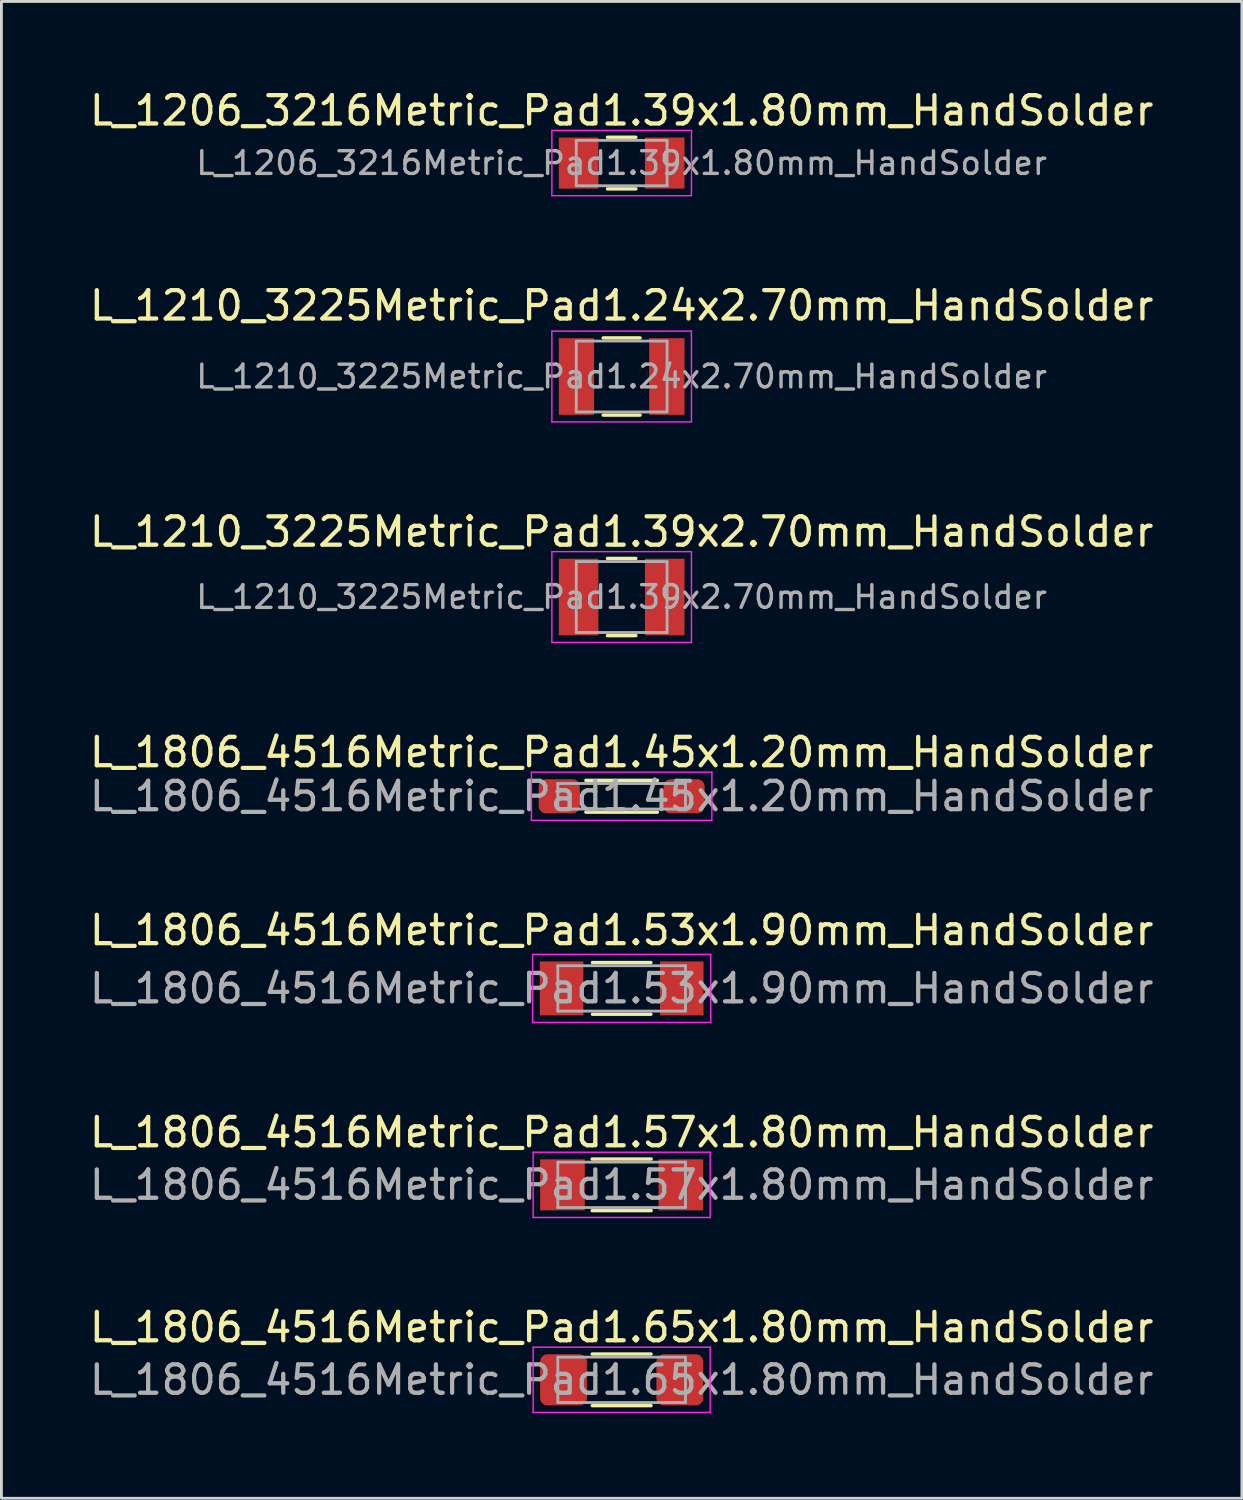
<source format=kicad_pcb>
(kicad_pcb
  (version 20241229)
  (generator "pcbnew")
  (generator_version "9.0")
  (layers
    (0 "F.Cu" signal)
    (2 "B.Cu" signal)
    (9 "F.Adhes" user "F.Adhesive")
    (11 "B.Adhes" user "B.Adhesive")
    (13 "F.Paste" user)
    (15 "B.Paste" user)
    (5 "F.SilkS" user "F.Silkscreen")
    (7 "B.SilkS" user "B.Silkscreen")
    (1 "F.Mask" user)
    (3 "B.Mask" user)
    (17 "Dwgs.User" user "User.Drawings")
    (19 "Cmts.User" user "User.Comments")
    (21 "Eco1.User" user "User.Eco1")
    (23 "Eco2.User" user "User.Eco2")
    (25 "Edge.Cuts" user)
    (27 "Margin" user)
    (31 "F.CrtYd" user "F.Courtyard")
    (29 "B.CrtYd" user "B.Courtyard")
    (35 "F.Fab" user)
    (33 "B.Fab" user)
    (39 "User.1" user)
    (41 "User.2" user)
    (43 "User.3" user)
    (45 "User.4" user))
  (footprint "L_1210_3225Metric_Pad1.24x2.70mm_HandSolder"
    (layer "F.Cu")
    (at 18.863 10.222)
    (property "Reference" "L_1210_3225Metric_Pad1.24x2.70mm_HandSolder" (at 0 -2.5 0) (layer "F.SilkS") (effects (font (size 1 1) (thickness 0.15))))
    (attr smd)
    (fp_line (start -0.65 -1.36) (end 0.65 -1.36) (stroke (width 0.12) (type solid)) (layer "F.SilkS"))
    (fp_line (start -0.65 1.36) (end 0.65 1.36) (stroke (width 0.12) (type solid)) (layer "F.SilkS"))
    (fp_line (start -2.46 -1.6) (end 2.46 -1.6) (stroke (width 0.05) (type solid)) (layer "F.CrtYd"))
    (fp_line (start -2.46 1.6) (end -2.46 -1.6) (stroke (width 0.05) (type solid)) (layer "F.CrtYd"))
    (fp_line (start 2.46 -1.6) (end 2.46 1.6) (stroke (width 0.05) (type solid)) (layer "F.CrtYd"))
    (fp_line (start 2.46 1.6) (end -2.46 1.6) (stroke (width 0.05) (type solid)) (layer "F.CrtYd"))
    (fp_line (start -1.6 -1.25) (end 1.6 -1.25) (stroke (width 0.1) (type solid)) (layer "F.Fab"))
    (fp_line (start -1.6 1.25) (end -1.6 -1.25) (stroke (width 0.1) (type solid)) (layer "F.Fab"))
    (fp_line (start 1.6 -1.25) (end 1.6 1.25) (stroke (width 0.1) (type solid)) (layer "F.Fab"))
    (fp_line (start 1.6 1.25) (end -1.6 1.25) (stroke (width 0.1) (type solid)) (layer "F.Fab"))
    (fp_text user "${REFERENCE}" (at 0 0 0) (layer "F.Fab") (effects (font (size 0.8 0.8) (thickness 0.12))))
    (pad "1" smd rect (at -1.593 0) (size 1.245 2.7) (layers "F.Cu" "F.Mask" "F.Paste"))
    (pad "2" smd rect (at 1.593 0) (size 1.245 2.7) (layers "F.Cu" "F.Mask" "F.Paste")))
  (footprint "L_1806_4516Metric_Pad1.45x1.20mm_HandSolder"
    (layer "F.Cu")
    (at 18.863 25.018)
    (property "Reference" "L_1806_4516Metric_Pad1.45x1.20mm_HandSolder" (at 0 -1.55 0) (layer "F.SilkS") (effects (font (size 1 1) (thickness 0.15))))
    (attr smd)
    (fp_line (start -1.26 -0.56) (end 1.26 -0.56) (stroke (width 0.12) (type solid)) (layer "F.SilkS"))
    (fp_line (start -1.26 0.56) (end 1.26 0.56) (stroke (width 0.12) (type solid)) (layer "F.SilkS"))
    (fp_line (start -3.18 -0.85) (end 3.18 -0.85) (stroke (width 0.05) (type solid)) (layer "F.CrtYd"))
    (fp_line (start -3.18 0.85) (end -3.18 -0.85) (stroke (width 0.05) (type solid)) (layer "F.CrtYd"))
    (fp_line (start 3.18 -0.85) (end 3.18 0.85) (stroke (width 0.05) (type solid)) (layer "F.CrtYd"))
    (fp_line (start 3.18 0.85) (end -3.18 0.85) (stroke (width 0.05) (type solid)) (layer "F.CrtYd"))
    (fp_line (start -2.25 -0.45) (end 2.25 -0.45) (stroke (width 0.1) (type solid)) (layer "F.Fab"))
    (fp_line (start -2.25 0.45) (end -2.25 -0.45) (stroke (width 0.1) (type solid)) (layer "F.Fab"))
    (fp_line (start 2.25 -0.45) (end 2.25 0.45) (stroke (width 0.1) (type solid)) (layer "F.Fab"))
    (fp_line (start 2.25 0.45) (end -2.25 0.45) (stroke (width 0.1) (type solid)) (layer "F.Fab"))
    (fp_text user "${REFERENCE}" (at 0 0 0) (layer "F.Fab") (effects (font (size 1 1) (thickness 0.15))))
    (pad "1" smd roundrect (at -2.2 0) (size 1.45 1.2) (layers "F.Cu" "F.Mask" "F.Paste") (roundrect_rratio 0.208))
    (pad "2" smd roundrect (at 2.2 0) (size 1.45 1.2) (layers "F.Cu" "F.Mask" "F.Paste") (roundrect_rratio 0.208)))
  (footprint "L_1806_4516Metric_Pad1.53x1.90mm_HandSolder"
    (layer "F.Cu")
    (at 18.863 31.791)
    (property "Reference" "L_1806_4516Metric_Pad1.53x1.90mm_HandSolder" (at 0 -2.05 0) (layer "F.SilkS") (effects (font (size 1 1) (thickness 0.15))))
    (attr smd)
    (fp_line (start -1.03 -0.91) (end 1.03 -0.91) (stroke (width 0.12) (type solid)) (layer "F.SilkS"))
    (fp_line (start -1.03 0.91) (end 1.03 0.91) (stroke (width 0.12) (type solid)) (layer "F.SilkS"))
    (fp_line (start -3.14 -1.2) (end 3.14 -1.2) (stroke (width 0.05) (type solid)) (layer "F.CrtYd"))
    (fp_line (start -3.14 1.2) (end -3.14 -1.2) (stroke (width 0.05) (type solid)) (layer "F.CrtYd"))
    (fp_line (start 3.14 -1.2) (end 3.14 1.2) (stroke (width 0.05) (type solid)) (layer "F.CrtYd"))
    (fp_line (start 3.14 1.2) (end -3.14 1.2) (stroke (width 0.05) (type solid)) (layer "F.CrtYd"))
    (fp_line (start -2.25 -0.8) (end 2.25 -0.8) (stroke (width 0.1) (type solid)) (layer "F.Fab"))
    (fp_line (start -2.25 0.8) (end -2.25 -0.8) (stroke (width 0.1) (type solid)) (layer "F.Fab"))
    (fp_line (start 2.25 -0.8) (end 2.25 0.8) (stroke (width 0.1) (type solid)) (layer "F.Fab"))
    (fp_line (start 2.25 0.8) (end -2.25 0.8) (stroke (width 0.1) (type solid)) (layer "F.Fab"))
    (fp_text user "${REFERENCE}" (at 0 0 0) (layer "F.Fab") (effects (font (size 1 1) (thickness 0.15))))
    (pad "1" smd rect (at -2.118 0) (size 1.535 1.9) (layers "F.Cu" "F.Mask" "F.Paste"))
    (pad "2" smd rect (at 2.118 0) (size 1.535 1.9) (layers "F.Cu" "F.Mask" "F.Paste")))
  (footprint "L_1806_4516Metric_Pad1.57x1.80mm_HandSolder"
    (layer "F.Cu")
    (at 18.863 38.715)
    (property "Reference" "L_1806_4516Metric_Pad1.57x1.80mm_HandSolder" (at 0 -1.85 0) (layer "F.SilkS") (effects (font (size 1 1) (thickness 0.15))))
    (attr smd)
    (fp_line (start -1.04 -0.91) (end 1.04 -0.91) (stroke (width 0.12) (type solid)) (layer "F.SilkS"))
    (fp_line (start -1.04 0.91) (end 1.04 0.91) (stroke (width 0.12) (type solid)) (layer "F.SilkS"))
    (fp_line (start -3.12 -1.15) (end 3.12 -1.15) (stroke (width 0.05) (type solid)) (layer "F.CrtYd"))
    (fp_line (start -3.12 1.15) (end -3.12 -1.15) (stroke (width 0.05) (type solid)) (layer "F.CrtYd"))
    (fp_line (start 3.12 -1.15) (end 3.12 1.15) (stroke (width 0.05) (type solid)) (layer "F.CrtYd"))
    (fp_line (start 3.12 1.15) (end -3.12 1.15) (stroke (width 0.05) (type solid)) (layer "F.CrtYd"))
    (fp_line (start -2.25 -0.8) (end 2.25 -0.8) (stroke (width 0.1) (type solid)) (layer "F.Fab"))
    (fp_line (start -2.25 0.8) (end -2.25 -0.8) (stroke (width 0.1) (type solid)) (layer "F.Fab"))
    (fp_line (start 2.25 -0.8) (end 2.25 0.8) (stroke (width 0.1) (type solid)) (layer "F.Fab"))
    (fp_line (start 2.25 0.8) (end -2.25 0.8) (stroke (width 0.1) (type solid)) (layer "F.Fab"))
    (fp_text user "${REFERENCE}" (at 0 0 0) (layer "F.Fab") (effects (font (size 1 1) (thickness 0.15))))
    (pad "1" smd rect (at -2.087 0) (size 1.575 1.8) (layers "F.Cu" "F.Mask" "F.Paste"))
    (pad "2" smd rect (at 2.087 0) (size 1.575 1.8) (layers "F.Cu" "F.Mask" "F.Paste")))
  (footprint "L_1210_3225Metric_Pad1.39x2.70mm_HandSolder"
    (layer "F.Cu")
    (at 18.863 17.995)
    (property "Reference" "L_1210_3225Metric_Pad1.39x2.70mm_HandSolder" (at 0 -2.3 0) (layer "F.SilkS") (effects (font (size 1 1) (thickness 0.15))))
    (attr smd)
    (fp_line (start -0.5 -1.36) (end 0.5 -1.36) (stroke (width 0.12) (type solid)) (layer "F.SilkS"))
    (fp_line (start -0.5 1.36) (end 0.5 1.36) (stroke (width 0.12) (type solid)) (layer "F.SilkS"))
    (fp_line (start -2.46 -1.6) (end 2.46 -1.6) (stroke (width 0.05) (type solid)) (layer "F.CrtYd"))
    (fp_line (start -2.46 1.6) (end -2.46 -1.6) (stroke (width 0.05) (type solid)) (layer "F.CrtYd"))
    (fp_line (start 2.46 -1.6) (end 2.46 1.6) (stroke (width 0.05) (type solid)) (layer "F.CrtYd"))
    (fp_line (start 2.46 1.6) (end -2.46 1.6) (stroke (width 0.05) (type solid)) (layer "F.CrtYd"))
    (fp_line (start -1.6 -1.25) (end 1.6 -1.25) (stroke (width 0.1) (type solid)) (layer "F.Fab"))
    (fp_line (start -1.6 1.25) (end -1.6 -1.25) (stroke (width 0.1) (type solid)) (layer "F.Fab"))
    (fp_line (start 1.6 -1.25) (end 1.6 1.25) (stroke (width 0.1) (type solid)) (layer "F.Fab"))
    (fp_line (start 1.6 1.25) (end -1.6 1.25) (stroke (width 0.1) (type solid)) (layer "F.Fab"))
    (fp_text user "${REFERENCE}" (at 0 0 0) (layer "F.Fab") (effects (font (size 0.8 0.8) (thickness 0.12))))
    (pad "1" smd rect (at -1.518 0) (size 1.395 2.7) (layers "F.Cu" "F.Mask" "F.Paste"))
    (pad "2" smd rect (at 1.518 0) (size 1.395 2.7) (layers "F.Cu" "F.Mask" "F.Paste")))
  (footprint "L_1206_3216Metric_Pad1.39x1.80mm_HandSolder"
    (layer "F.Cu")
    (at 18.863 2.698)
    (property "Reference" "L_1206_3216Metric_Pad1.39x1.80mm_HandSolder" (at 0 -1.85 0) (layer "F.SilkS") (effects (font (size 1 1) (thickness 0.15))))
    (attr smd)
    (fp_line (start -0.5 -0.91) (end 0.5 -0.91) (stroke (width 0.12) (type solid)) (layer "F.SilkS"))
    (fp_line (start -0.5 0.91) (end 0.5 0.91) (stroke (width 0.12) (type solid)) (layer "F.SilkS"))
    (fp_line (start -2.46 -1.15) (end 2.46 -1.15) (stroke (width 0.05) (type solid)) (layer "F.CrtYd"))
    (fp_line (start -2.46 1.15) (end -2.46 -1.15) (stroke (width 0.05) (type solid)) (layer "F.CrtYd"))
    (fp_line (start 2.46 -1.15) (end 2.46 1.15) (stroke (width 0.05) (type solid)) (layer "F.CrtYd"))
    (fp_line (start 2.46 1.15) (end -2.46 1.15) (stroke (width 0.05) (type solid)) (layer "F.CrtYd"))
    (fp_line (start -1.6 -0.8) (end 1.6 -0.8) (stroke (width 0.1) (type solid)) (layer "F.Fab"))
    (fp_line (start -1.6 0.8) (end -1.6 -0.8) (stroke (width 0.1) (type solid)) (layer "F.Fab"))
    (fp_line (start 1.6 -0.8) (end 1.6 0.8) (stroke (width 0.1) (type solid)) (layer "F.Fab"))
    (fp_line (start 1.6 0.8) (end -1.6 0.8) (stroke (width 0.1) (type solid)) (layer "F.Fab"))
    (fp_text user "${REFERENCE}" (at 0 0 0) (layer "F.Fab") (effects (font (size 0.8 0.8) (thickness 0.12))))
    (pad "1" smd rect (at -1.518 0) (size 1.395 1.8) (layers "F.Cu" "F.Mask" "F.Paste"))
    (pad "2" smd rect (at 1.518 0) (size 1.395 1.8) (layers "F.Cu" "F.Mask" "F.Paste")))
  (footprint "L_1806_4516Metric_Pad1.65x1.80mm_HandSolder"
    (layer "F.Cu")
    (at 18.863 45.588)
    (property "Reference" "L_1806_4516Metric_Pad1.65x1.80mm_HandSolder" (at 0 -1.85 0) (layer "F.SilkS") (effects (font (size 1 1) (thickness 0.15))))
    (attr smd)
    (fp_line (start -1.036 -0.91) (end 1.036 -0.91) (stroke (width 0.12) (type solid)) (layer "F.SilkS"))
    (fp_line (start -1.036 0.91) (end 1.036 0.91) (stroke (width 0.12) (type solid)) (layer "F.SilkS"))
    (fp_line (start -3.12 -1.15) (end 3.12 -1.15) (stroke (width 0.05) (type solid)) (layer "F.CrtYd"))
    (fp_line (start -3.12 1.15) (end -3.12 -1.15) (stroke (width 0.05) (type solid)) (layer "F.CrtYd"))
    (fp_line (start 3.12 -1.15) (end 3.12 1.15) (stroke (width 0.05) (type solid)) (layer "F.CrtYd"))
    (fp_line (start 3.12 1.15) (end -3.12 1.15) (stroke (width 0.05) (type solid)) (layer "F.CrtYd"))
    (fp_line (start -2.25 -0.8) (end 2.25 -0.8) (stroke (width 0.1) (type solid)) (layer "F.Fab"))
    (fp_line (start -2.25 0.8) (end -2.25 -0.8) (stroke (width 0.1) (type solid)) (layer "F.Fab"))
    (fp_line (start 2.25 -0.8) (end 2.25 0.8) (stroke (width 0.1) (type solid)) (layer "F.Fab"))
    (fp_line (start 2.25 0.8) (end -2.25 0.8) (stroke (width 0.1) (type solid)) (layer "F.Fab"))
    (fp_text user "${REFERENCE}" (at 0 0 0) (layer "F.Fab") (effects (font (size 1 1) (thickness 0.15))))
    (pad "1" smd roundrect (at -2.05 0) (size 1.65 1.8) (layers "F.Cu" "F.Mask" "F.Paste") (roundrect_rratio 0.152))
    (pad "2" smd roundrect (at 2.05 0) (size 1.65 1.8) (layers "F.Cu" "F.Mask" "F.Paste") (roundrect_rratio 0.152)))
  (gr_rect
    (start -3 -3)
    (end 40.726 49.763)
    (stroke (width 0.1) (type default))
    (fill no)
    (layer "Edge.Cuts")))
</source>
